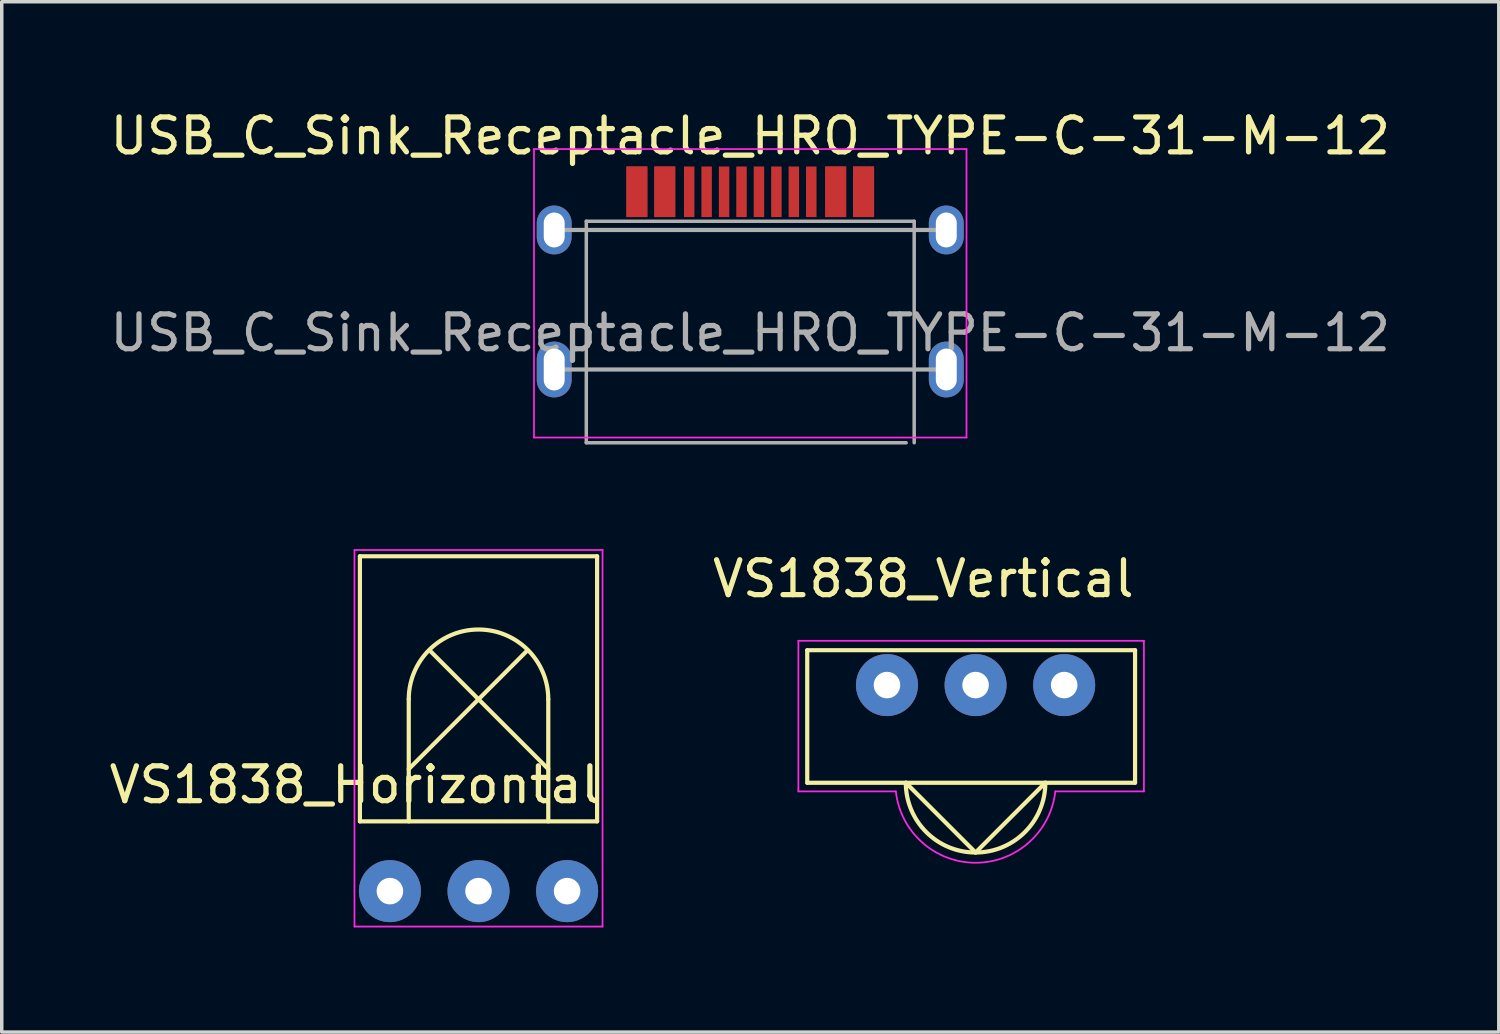
<source format=kicad_pcb>
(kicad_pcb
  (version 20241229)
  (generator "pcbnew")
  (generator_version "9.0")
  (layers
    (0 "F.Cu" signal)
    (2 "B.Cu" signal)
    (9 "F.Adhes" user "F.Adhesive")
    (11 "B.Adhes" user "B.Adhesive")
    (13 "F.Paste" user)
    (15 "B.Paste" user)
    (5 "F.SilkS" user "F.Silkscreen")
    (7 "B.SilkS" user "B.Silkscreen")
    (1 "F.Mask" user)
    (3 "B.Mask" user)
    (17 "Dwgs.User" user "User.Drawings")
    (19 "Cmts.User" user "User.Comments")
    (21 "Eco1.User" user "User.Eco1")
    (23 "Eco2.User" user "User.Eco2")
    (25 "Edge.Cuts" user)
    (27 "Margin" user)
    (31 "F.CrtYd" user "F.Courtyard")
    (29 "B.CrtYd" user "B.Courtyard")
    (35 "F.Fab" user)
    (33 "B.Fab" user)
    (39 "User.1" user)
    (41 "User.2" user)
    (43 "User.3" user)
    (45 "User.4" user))
  (footprint "VS1838_Horizontal"
    (layer "F.Cu")
    (at 10.668 22.497)
    (property "Reference" "VS1838_Horizontal" (at -10.668 -3.048 0) (layer "F.SilkS") (effects (font (size 1 1) (thickness 0.15)) (justify left)))
    (attr through_hole)
    (fp_line (start -3.4 -9.6) (end -3.4 -2) (stroke (width 0.12) (type solid)) (layer "F.SilkS"))
    (fp_line (start -3.4 -2) (end 3.4 -2) (stroke (width 0.12) (type solid)) (layer "F.SilkS"))
    (fp_line (start -2 -2) (end -2 -5.5) (stroke (width 0.12) (type solid)) (layer "F.SilkS"))
    (fp_line (start 0 -5.5) (end -2 -3.5) (stroke (width 0.12) (type solid)) (layer "F.SilkS"))
    (fp_line (start 0 -5.5) (end -1.4 -6.9) (stroke (width 0.12) (type solid)) (layer "F.SilkS"))
    (fp_line (start 0 -5.5) (end 1.4 -6.9) (stroke (width 0.12) (type solid)) (layer "F.SilkS"))
    (fp_line (start 2 -3.5) (end 0 -5.5) (stroke (width 0.12) (type solid)) (layer "F.SilkS"))
    (fp_line (start 2 -2) (end 2 -5.5) (stroke (width 0.12) (type solid)) (layer "F.SilkS"))
    (fp_line (start 3.4 -9.6) (end -3.4 -9.6) (stroke (width 0.12) (type solid)) (layer "F.SilkS"))
    (fp_line (start 3.4 -2) (end 3.4 -9.6) (stroke (width 0.12) (type solid)) (layer "F.SilkS"))
    (fp_arc (start -2 -5.5) (mid 0 -7.5) (end 2 -5.5) (stroke (width 0.12) (type solid)) (layer "F.SilkS"))
    (fp_line (start -3.556 -9.779) (end -3.556 1.016) (stroke (width 0.05) (type solid)) (layer "F.CrtYd"))
    (fp_line (start -3.556 1.016) (end 3.556 1.016) (stroke (width 0.05) (type solid)) (layer "F.CrtYd"))
    (fp_line (start 3.556 -9.779) (end -3.556 -9.779) (stroke (width 0.05) (type solid)) (layer "F.CrtYd"))
    (fp_line (start 3.556 1.016) (end 3.556 -9.779) (stroke (width 0.05) (type solid)) (layer "F.CrtYd"))
    (pad "1" thru_hole circle (at 2.54 0) (size 1.778 1.778) (drill 0.762) (layers "*.Cu" "*.Mask"))
    (pad "2" thru_hole circle (at 0 0) (size 1.778 1.778) (drill 0.762) (layers "*.Cu" "*.Mask"))
    (pad "3" thru_hole circle (at -2.54 0) (size 1.778 1.778) (drill 0.762) (layers "*.Cu" "*.Mask")))
  (footprint "VS1838_Vertical"
    (layer "F.Cu")
    (at 24.918 16.59)
    (property "Reference" "VS1838_Vertical" (at -7.62 -3.048 0) (layer "F.SilkS") (effects (font (size 1 1) (thickness 0.15)) (justify left)))
    (attr through_hole)
    (fp_line (start -4.826 -1) (end -4.826 2.8) (stroke (width 0.12) (type solid)) (layer "F.SilkS"))
    (fp_line (start -4.826 2.8) (end 4.572 2.8) (stroke (width 0.12) (type solid)) (layer "F.SilkS"))
    (fp_line (start 0 4.8) (end -2 2.8) (stroke (width 0.12) (type solid)) (layer "F.SilkS"))
    (fp_line (start 0 4.8) (end 2 2.8) (stroke (width 0.12) (type solid)) (layer "F.SilkS"))
    (fp_line (start 4.572 -1) (end -4.826 -1) (stroke (width 0.12) (type solid)) (layer "F.SilkS"))
    (fp_line (start 4.572 2.8) (end 4.572 -1) (stroke (width 0.12) (type solid)) (layer "F.SilkS"))
    (fp_arc (start 2 2.8) (mid 0 4.8) (end -2 2.8) (stroke (width 0.12) (type solid)) (layer "F.SilkS"))
    (fp_line (start -5.08 -1.27) (end -5.08 3.048) (stroke (width 0.05) (type solid)) (layer "F.CrtYd"))
    (fp_line (start -5.08 -1.27) (end 4.826 -1.27) (stroke (width 0.05) (type solid)) (layer "F.CrtYd"))
    (fp_line (start -5.08 3.048) (end -2.286 3.048) (stroke (width 0.05) (type solid)) (layer "F.CrtYd"))
    (fp_line (start 4.826 -1.27) (end 4.826 3.048) (stroke (width 0.05) (type solid)) (layer "F.CrtYd"))
    (fp_line (start 4.826 3.048) (end 2.286 3.048) (stroke (width 0.05) (type solid)) (layer "F.CrtYd"))
    (fp_arc (start 2.285999 3.048) (mid 0 5.094067) (end -2.285999 3.048) (stroke (width 0.05) (type solid)) (layer "F.CrtYd"))
    (pad "1" thru_hole circle (at 2.54 0) (size 1.778 1.778) (drill 0.762) (layers "*.Cu" "*.Mask"))
    (pad "2" thru_hole circle (at 0 0) (size 1.778 1.778) (drill 0.762) (layers "*.Cu" "*.Mask"))
    (pad "3" thru_hole circle (at -2.54 0) (size 1.778 1.778) (drill 0.762) (layers "*.Cu" "*.Mask")))
  (footprint "USB_C_Sink_Receptacle_HRO_TYPE-C-31-M-12"
    (layer "F.Cu")
    (at 18.458 6.493)
    (property "Reference" "USB_C_Sink_Receptacle_HRO_TYPE-C-31-M-12" (at 0 -5.645 0) (layer "F.SilkS") (effects (font (size 1 1) (thickness 0.15))))
    (attr smd)
    (fp_line (start -6.2 -5.27) (end -6.2 3) (stroke (width 0.05) (type solid)) (layer "F.CrtYd"))
    (fp_line (start -6.2 -5.27) (end 6.2 -5.27) (stroke (width 0.05) (type solid)) (layer "F.CrtYd"))
    (fp_line (start -6.2 3) (end 6.2 3) (stroke (width 0.05) (type solid)) (layer "F.CrtYd"))
    (fp_line (start 6.2 -5.27) (end 6.2 3) (stroke (width 0.05) (type solid)) (layer "F.CrtYd"))
    (fp_line (start -5.62 -2.95) (end 5.62 -2.95) (stroke (width 0.12) (type solid)) (layer "F.Fab"))
    (fp_line (start -5.62 1.05) (end 5.62 1.05) (stroke (width 0.12) (type solid)) (layer "F.Fab"))
    (fp_line (start -4.7 -3.2) (end 4.7 -3.2) (stroke (width 0.1) (type solid)) (layer "F.Fab"))
    (fp_line (start -4.7 3.15) (end -4.7 -3.2) (stroke (width 0.1) (type solid)) (layer "F.Fab"))
    (fp_line (start -4.7 3.15) (end 4.47 3.15) (stroke (width 0.1) (type solid)) (layer "F.Fab"))
    (fp_line (start 4.7 -3.2) (end 4.7 3.15) (stroke (width 0.1) (type solid)) (layer "F.Fab"))
    (fp_text user "${REFERENCE}" (at 0 0 0) (layer "F.Fab") (effects (font (size 1 1) (thickness 0.15))))
    (pad "A1" smd rect (at -3.25 -4.045) (size 0.6 1.45) (layers "F.Cu" "F.Mask" "F.Paste"))
    (pad "A4" smd rect (at -2.45 -4.045) (size 0.6 1.45) (layers "F.Cu" "F.Mask" "F.Paste"))
    (pad "A5" smd rect (at -1.25 -4.045) (size 0.3 1.45) (layers "F.Cu" "F.Mask" "F.Paste"))
    (pad "A6" smd rect (at -0.25 -4.045) (size 0.3 1.45) (layers "F.Cu" "F.Mask" "F.Paste"))
    (pad "A7" smd rect (at 0.25 -4.045) (size 0.3 1.45) (layers "F.Cu" "F.Mask" "F.Paste"))
    (pad "A8" smd rect (at 1.25 -4.045) (size 0.3 1.45) (layers "F.Cu" "F.Mask" "F.Paste"))
    (pad "A9" smd rect (at 2.45 -4.045) (size 0.6 1.45) (layers "F.Cu" "F.Mask" "F.Paste"))
    (pad "A12" smd rect (at 3.25 -4.045) (size 0.6 1.45) (layers "F.Cu" "F.Mask" "F.Paste"))
    (pad "B1" smd rect (at 3.25 -4.045) (size 0.6 1.45) (layers "F.Cu" "F.Mask" "F.Paste"))
    (pad "B4" smd rect (at 2.45 -4.045) (size 0.6 1.45) (layers "F.Cu" "F.Mask" "F.Paste"))
    (pad "B5" smd rect (at 1.75 -4.045) (size 0.3 1.45) (layers "F.Cu" "F.Mask" "F.Paste"))
    (pad "B6" smd rect (at 0.75 -4.045) (size 0.3 1.45) (layers "F.Cu" "F.Mask" "F.Paste"))
    (pad "B7" smd rect (at -0.75 -4.045) (size 0.3 1.45) (layers "F.Cu" "F.Mask" "F.Paste"))
    (pad "B8" smd rect (at -1.75 -4.045) (size 0.3 1.45) (layers "F.Cu" "F.Mask" "F.Paste"))
    (pad "B9" smd rect (at -2.45 -4.045) (size 0.6 1.45) (layers "F.Cu" "F.Mask" "F.Paste"))
    (pad "B12" smd rect (at -3.25 -4.045) (size 0.6 1.45) (layers "F.Cu" "F.Mask" "F.Paste"))
    (pad "S1" thru_hole oval (at -5.62 -2.95) (size 1 1.4) (drill oval 0.6 1) (layers "*.Cu" "*.Mask"))
    (pad "S1" thru_hole oval (at -5.62 1.05) (size 1 1.6) (drill oval 0.6 1.2) (layers "*.Cu" "*.Mask"))
    (pad "S1" thru_hole oval (at 5.62 -2.95) (size 1 1.4) (drill oval 0.6 1) (layers "*.Cu" "*.Mask"))
    (pad "S1" thru_hole oval (at 5.62 1.05) (size 1 1.6) (drill oval 0.6 1.2) (layers "*.Cu" "*.Mask")))
  (gr_rect
    (start -3 -3)
    (end 39.917 26.538)
    (stroke (width 0.1) (type default))
    (fill no)
    (layer "Edge.Cuts")))
</source>
